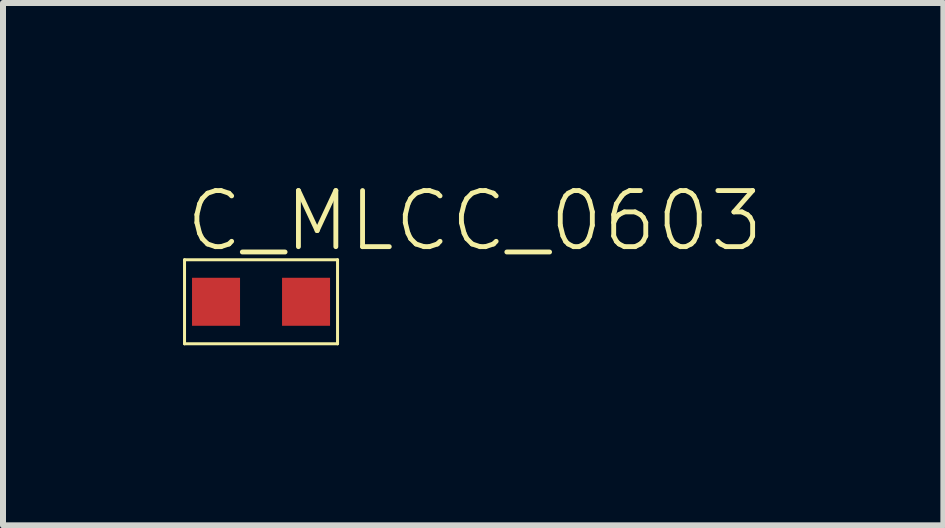
<source format=kicad_pcb>
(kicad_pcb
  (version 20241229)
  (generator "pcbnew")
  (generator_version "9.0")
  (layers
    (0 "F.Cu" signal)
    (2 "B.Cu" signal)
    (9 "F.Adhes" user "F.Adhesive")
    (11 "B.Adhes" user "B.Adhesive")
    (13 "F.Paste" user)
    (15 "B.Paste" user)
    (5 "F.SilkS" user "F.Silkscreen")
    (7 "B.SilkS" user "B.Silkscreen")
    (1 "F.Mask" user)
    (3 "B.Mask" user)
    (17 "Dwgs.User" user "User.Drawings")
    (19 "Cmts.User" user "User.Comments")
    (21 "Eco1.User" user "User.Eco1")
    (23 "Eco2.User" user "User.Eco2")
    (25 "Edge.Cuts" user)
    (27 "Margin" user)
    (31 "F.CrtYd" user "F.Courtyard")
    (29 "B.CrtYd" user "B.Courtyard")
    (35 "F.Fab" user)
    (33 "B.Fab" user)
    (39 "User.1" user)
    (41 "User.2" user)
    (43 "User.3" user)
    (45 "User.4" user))
  (footprint "C_MLCC_0603"
    (layer "F.Cu")
    (at 1.3 1.979)
    (property "Reference" "C_MLCC_0603" (at -1.3 -0.8 0) (unlocked yes) (layer "F.SilkS") (effects (font (size 0.935 0.935) (thickness 0.081)) (justify left bottom)))
    (fp_line (start -1.275 -0.7) (end -1.275 0.7) (stroke (width 0.05) (type solid)) (layer "F.SilkS"))
    (fp_line (start -1.275 0.7) (end 1.275 0.7) (stroke (width 0.05) (type solid)) (layer "F.SilkS"))
    (fp_line (start 1.275 -0.7) (end -1.275 -0.7) (stroke (width 0.05) (type solid)) (layer "F.SilkS"))
    (fp_line (start 1.275 0.7) (end 1.275 -0.7) (stroke (width 0.05) (type solid)) (layer "F.SilkS"))
    (pad "P$1" smd rect (at -0.75 0) (size 0.8 0.8) (layers "F.Cu" "F.Mask" "F.Paste"))
    (pad "P$2" smd rect (at 0.75 0) (size 0.8 0.8) (layers "F.Cu" "F.Mask" "F.Paste")))
  (gr_rect
    (start -3 -3)
    (end 12.671 5.704)
    (stroke (width 0.1) (type default))
    (fill no)
    (layer "Edge.Cuts")))
</source>
